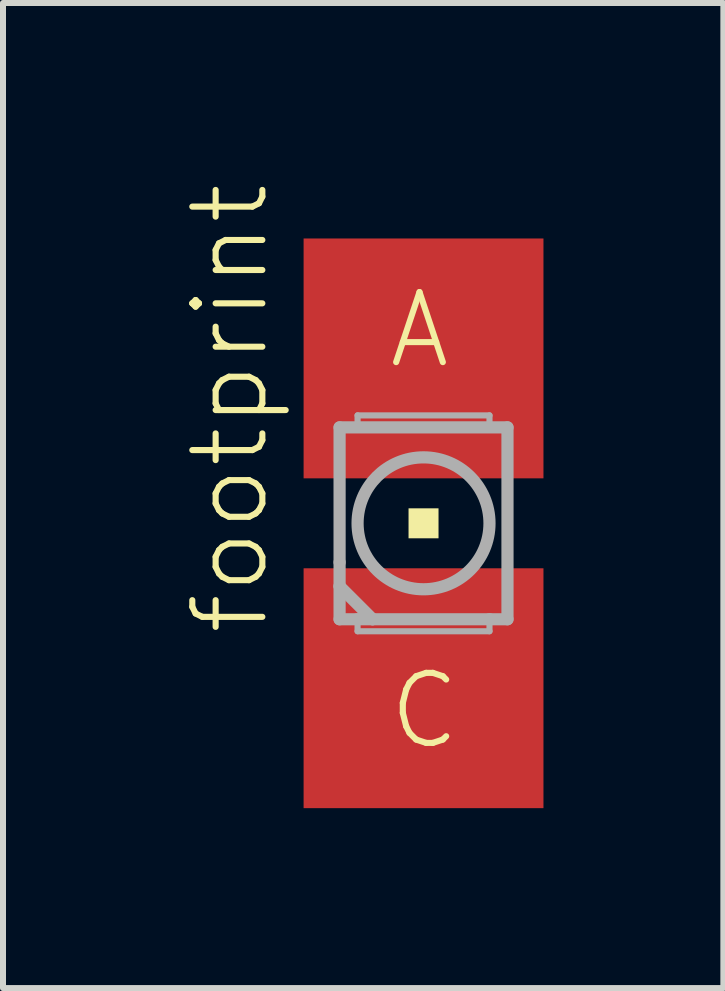
<source format=kicad_pcb>
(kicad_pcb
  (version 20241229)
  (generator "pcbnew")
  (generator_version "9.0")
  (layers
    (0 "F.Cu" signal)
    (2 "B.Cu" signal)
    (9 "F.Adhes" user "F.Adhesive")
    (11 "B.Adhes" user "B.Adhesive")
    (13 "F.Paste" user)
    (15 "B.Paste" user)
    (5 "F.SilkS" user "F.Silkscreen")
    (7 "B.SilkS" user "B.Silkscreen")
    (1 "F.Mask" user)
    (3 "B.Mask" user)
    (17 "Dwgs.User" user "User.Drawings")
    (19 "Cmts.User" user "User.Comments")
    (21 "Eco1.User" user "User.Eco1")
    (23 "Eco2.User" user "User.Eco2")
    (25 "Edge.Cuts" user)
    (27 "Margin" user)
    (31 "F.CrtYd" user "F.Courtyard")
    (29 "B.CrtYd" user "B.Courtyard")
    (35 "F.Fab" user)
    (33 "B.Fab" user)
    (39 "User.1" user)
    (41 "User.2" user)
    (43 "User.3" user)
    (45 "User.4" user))
  (footprint "footprint"
    (layer "F.Cu")
    (at 4.013 5.677)
    (property "Reference" "footprint" (at -2.54 1.905 90) (layer "F.SilkS") (effects (font (size 1.168 1.168) (thickness 0.102)) (justify left bottom)))
    (fp_poly (pts (xy -1.4 -0.65) (xy 1.4 -0.65) (xy 1.4 -2.35) (xy -1.4 -2.35)) (stroke (width 0) (type solid)) (fill yes) (layer "F.Mask"))
    (fp_poly (pts (xy -1.4 2.35) (xy 1.4 2.35) (xy 1.4 0.65) (xy -1.4 0.65)) (stroke (width 0) (type solid)) (fill yes) (layer "F.Mask"))
    (fp_poly (pts (xy -0.25 0.25) (xy 0.25 0.25) (xy 0.25 -0.25) (xy -0.25 -0.25)) (stroke (width 0) (type solid)) (fill yes) (layer "F.SilkS"))
    (fp_poly (pts (xy -1.3 -0.75) (xy 1.3 -0.75) (xy 1.3 -2.25) (xy -1.3 -2.25)) (stroke (width 0) (type solid)) (fill yes) (layer "F.Paste"))
    (fp_poly (pts (xy -1.3 2.25) (xy 1.3 2.25) (xy 1.3 0.75) (xy -1.3 0.75)) (stroke (width 0) (type solid)) (fill yes) (layer "F.Paste"))
    (fp_line (start -1.4 -1.6) (end -1.4 0.65) (stroke (width 0.203) (type solid)) (layer "F.Fab"))
    (fp_line (start -1.4 1.05) (end -1.4 0.65) (stroke (width 0.203) (type solid)) (layer "F.Fab"))
    (fp_line (start -1.4 1.05) (end -1.4 1.6) (stroke (width 0.203) (type solid)) (layer "F.Fab"))
    (fp_line (start -1.4 1.6) (end -1.1 1.6) (stroke (width 0.203) (type solid)) (layer "F.Fab"))
    (fp_line (start -1.1 -1.8) (end 1.1 -1.8) (stroke (width 0.102) (type solid)) (layer "F.Fab"))
    (fp_line (start -1.1 -1.6) (end -1.1 -1.8) (stroke (width 0.102) (type solid)) (layer "F.Fab"))
    (fp_line (start -1.1 1.6) (end -1.1 1.8) (stroke (width 0.102) (type solid)) (layer "F.Fab"))
    (fp_line (start -1.1 1.6) (end -0.85 1.6) (stroke (width 0.203) (type solid)) (layer "F.Fab"))
    (fp_line (start -1.1 1.8) (end 1.1 1.8) (stroke (width 0.102) (type solid)) (layer "F.Fab"))
    (fp_line (start -0.85 1.6) (end -1.4 1.05) (stroke (width 0.203) (type solid)) (layer "F.Fab"))
    (fp_line (start -0.85 1.6) (end 1.1 1.6) (stroke (width 0.203) (type solid)) (layer "F.Fab"))
    (fp_line (start 1.1 -1.8) (end 1.1 -1.6) (stroke (width 0.102) (type solid)) (layer "F.Fab"))
    (fp_line (start 1.1 1.6) (end 1.4 1.6) (stroke (width 0.203) (type solid)) (layer "F.Fab"))
    (fp_line (start 1.1 1.8) (end 1.1 1.6) (stroke (width 0.102) (type solid)) (layer "F.Fab"))
    (fp_line (start 1.4 -1.6) (end -1.4 -1.6) (stroke (width 0.203) (type solid)) (layer "F.Fab"))
    (fp_line (start 1.4 1.6) (end 1.4 -1.6) (stroke (width 0.203) (type solid)) (layer "F.Fab"))
    (fp_circle (center 0 0) (end 1.1 0) (stroke (width 0.203) (type solid)) (fill no) (layer "F.Fab"))
    (fp_text user "A" (at -0.635 -2.54 0) (layer "F.SilkS") (effects (font (size 1.168 1.168) (thickness 0.102)) (justify left bottom)))
    (fp_text user "C" (at -0.635 3.81 0) (layer "F.SilkS") (effects (font (size 1.168 1.168) (thickness 0.102)) (justify left bottom)))
    (pad "A" smd rect (at 0 -2.75) (size 4 4) (layers "F.Cu"))
    (pad "C" smd rect (at 0 2.75) (size 4 4) (layers "F.Cu")))
  (gr_rect
    (start -3 -3)
    (end 9.013 13.427)
    (stroke (width 0.1) (type default))
    (fill no)
    (layer "Edge.Cuts")))
</source>
